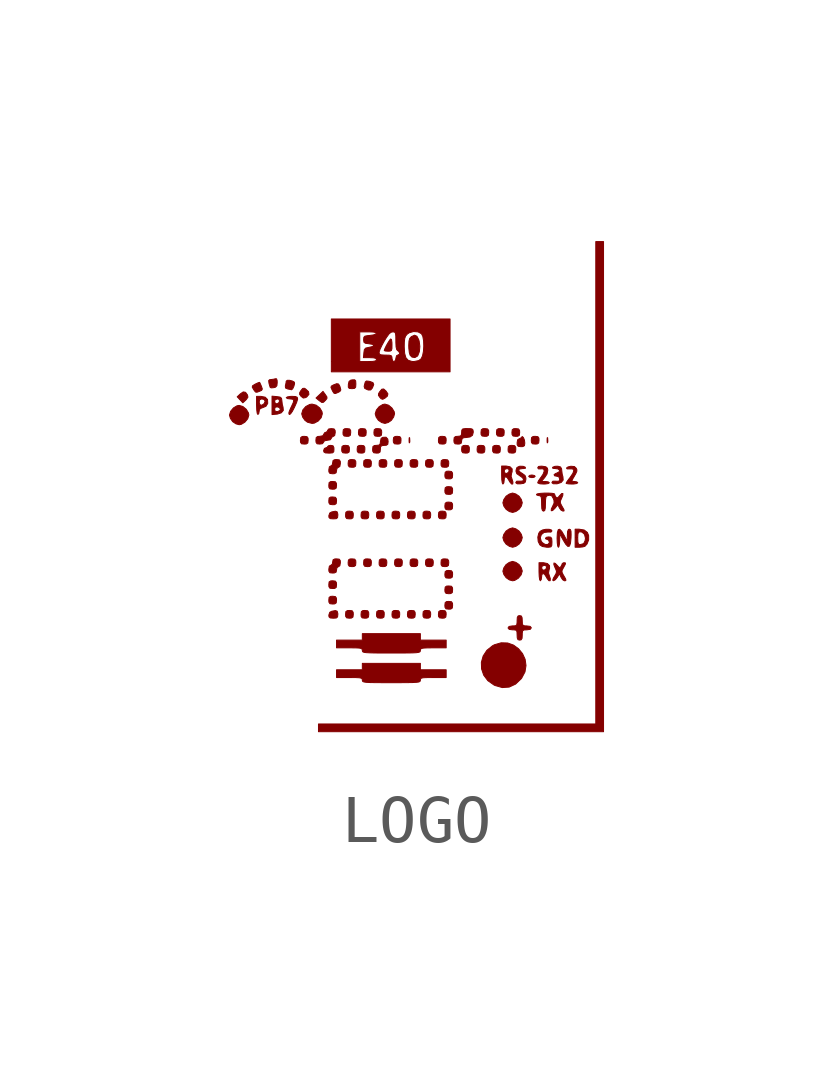
<source format=kicad_sym>
(kicad_symbol_lib
  (version 20220914)
  (generator bitmap2component)
  (symbol "LOGO"
    (pin_names
      (offset 1.016))
    (property "Reference" "#G"
      (at 0 4.52 0)
      (effects (font (size 1.27 1.27)) hide))
    (symbol "LOGO_0_0"
      (polyline (pts (xy 3.813 0.027) (xy 3.813 5.128) (xy 3.732 5.128) (xy 3.652 5.128) (xy 3.652 0.107) (xy 3.652 -4.914) (xy 0.765 -4.914) (xy -2.121 -4.914) (xy -2.121 -4.994) (xy -2.121 -5.075) (xy 0.846 -5.075) (xy 3.813 -5.075) (xy 3.813 0.027)) (stroke (width 0.01) (type default)) (fill (type outline)))
      (polyline (pts (xy 1.849 -4.146) (xy 1.982 -4.084) (xy 2.1 -3.972) (xy 2.11 -3.958) (xy 2.178 -3.83) (xy 2.199 -3.697) (xy 2.181 -3.568) (xy 2.127 -3.45) (xy 2.045 -3.349) (xy 1.94 -3.272) (xy 1.817 -3.228) (xy 1.682 -3.224) (xy 1.541 -3.265) (xy 1.502 -3.286) (xy 1.384 -3.381) (xy 1.307 -3.499) (xy 1.27 -3.631) (xy 1.274 -3.767) (xy 1.318 -3.897) (xy 1.404 -4.012) (xy 1.53 -4.101) (xy 1.554 -4.113) (xy 1.705 -4.156) (xy 1.849 -4.146)) (stroke (width 0.01) (type default)) (fill (type outline)))
      (polyline (pts (xy -0.415 -4.054) (xy -0.265 -4.053) (xy -0.157 -4.051) (xy -0.083 -4.047) (xy -0.037 -4.041) (xy -0.012 -4.031) (xy -0.002 -4.018) (xy 0 -4.001) (xy 0 -3.998) (xy 0.005 -3.974) (xy 0.024 -3.959) (xy 0.068 -3.951) (xy 0.146 -3.948) (xy 0.269 -3.947) (xy 0.537 -3.947) (xy 0.537 -3.866) (xy 0.537 -3.786) (xy 0.269 -3.786) (xy 0 -3.786) (xy 0 -3.719) (xy 0 -3.652) (xy -0.604 -3.652) (xy -1.208 -3.652) (xy -1.208 -3.719) (xy -1.208 -3.786) (xy -1.477 -3.786) (xy -1.745 -3.786) (xy -1.745 -3.866) (xy -1.745 -3.947) (xy -1.477 -3.947) (xy -1.462 -3.947) (xy -1.345 -3.948) (xy -1.271 -3.952) (xy -1.23 -3.961) (xy -1.212 -3.976) (xy -1.208 -4.001) (xy -1.206 -4.018) (xy -1.197 -4.031) (xy -1.172 -4.04) (xy -1.127 -4.047) (xy -1.054 -4.051) (xy -0.947 -4.053) (xy -0.799 -4.054) (xy -0.604 -4.054) (xy -0.415 -4.054)) (stroke (width 0.01) (type default)) (fill (type outline)))
      (polyline (pts (xy -0.415 -3.437) (xy -0.265 -3.436) (xy -0.157 -3.434) (xy -0.083 -3.43) (xy -0.037 -3.423) (xy -0.012 -3.414) (xy -0.002 -3.4) (xy 0 -3.383) (xy 0 -3.38) (xy 0.005 -3.357) (xy 0.024 -3.342) (xy 0.068 -3.334) (xy 0.146 -3.33) (xy 0.269 -3.329) (xy 0.537 -3.329) (xy 0.537 -3.249) (xy 0.537 -3.168) (xy 0.269 -3.168) (xy 0 -3.168) (xy 0 -3.101) (xy 0 -3.034) (xy -0.604 -3.034) (xy -1.208 -3.034) (xy -1.208 -3.101) (xy -1.208 -3.168) (xy -1.477 -3.168) (xy -1.745 -3.168) (xy -1.745 -3.249) (xy -1.745 -3.329) (xy -1.477 -3.329) (xy -1.462 -3.329) (xy -1.345 -3.33) (xy -1.271 -3.334) (xy -1.23 -3.343) (xy -1.212 -3.359) (xy -1.208 -3.383) (xy -1.206 -3.4) (xy -1.197 -3.413) (xy -1.172 -3.423) (xy -1.127 -3.429) (xy -1.054 -3.433) (xy -0.947 -3.436) (xy -0.799 -3.437) (xy -0.604 -3.437) (xy -0.415 -3.437)) (stroke (width 0.01) (type default)) (fill (type outline)))
      (polyline (pts (xy 2.098 -3.162) (xy 2.117 -3.131) (xy 2.121 -3.061) (xy 2.121 -3.029) (xy 2.128 -2.977) (xy 2.155 -2.957) (xy 2.215 -2.954) (xy 2.224 -2.953) (xy 2.289 -2.943) (xy 2.309 -2.913) (xy 2.309 -2.91) (xy 2.285 -2.882) (xy 2.215 -2.873) (xy 2.187 -2.873) (xy 2.142 -2.865) (xy 2.124 -2.834) (xy 2.121 -2.766) (xy 2.118 -2.704) (xy 2.103 -2.667) (xy 2.067 -2.658) (xy 2.036 -2.664) (xy 2.018 -2.695) (xy 2.014 -2.766) (xy 2.014 -2.797) (xy 2.007 -2.85) (xy 1.98 -2.87) (xy 1.92 -2.873) (xy 1.911 -2.873) (xy 1.846 -2.884) (xy 1.826 -2.913) (xy 1.826 -2.917) (xy 1.85 -2.945) (xy 1.92 -2.954) (xy 1.948 -2.954) (xy 1.993 -2.962) (xy 2.011 -2.992) (xy 2.014 -3.061) (xy 2.017 -3.123) (xy 2.032 -3.159) (xy 2.067 -3.168) (xy 2.098 -3.162)) (stroke (width 0.01) (type default)) (fill (type outline)))
      (polyline (pts (xy -1.75 -2.708) (xy -1.724 -2.685) (xy -1.718 -2.631) (xy -1.719 -2.611) (xy -1.732 -2.566) (xy -1.77 -2.553) (xy -1.846 -2.568) (xy -1.886 -2.589) (xy -1.906 -2.648) (xy -1.902 -2.684) (xy -1.876 -2.707) (xy -1.812 -2.712) (xy -1.75 -2.708)) (stroke (width 0.01) (type default)) (fill (type outline)))
      (polyline (pts (xy -1.434 -2.709) (xy -1.403 -2.688) (xy -1.396 -2.631) (xy -1.399 -2.589) (xy -1.42 -2.557) (xy -1.477 -2.551) (xy -1.519 -2.553) (xy -1.551 -2.574) (xy -1.557 -2.631) (xy -1.555 -2.674) (xy -1.534 -2.705) (xy -1.477 -2.712) (xy -1.434 -2.709)) (stroke (width 0.01) (type default)) (fill (type outline)))
      (polyline (pts (xy -1.112 -2.709) (xy -1.081 -2.688) (xy -1.074 -2.631) (xy -1.077 -2.589) (xy -1.097 -2.557) (xy -1.155 -2.551) (xy -1.197 -2.553) (xy -1.228 -2.574) (xy -1.235 -2.631) (xy -1.233 -2.674) (xy -1.212 -2.705) (xy -1.155 -2.712) (xy -1.112 -2.709)) (stroke (width 0.01) (type default)) (fill (type outline)))
      (polyline (pts (xy -0.79 -2.709) (xy -0.758 -2.688) (xy -0.752 -2.631) (xy -0.754 -2.589) (xy -0.775 -2.557) (xy -0.832 -2.551) (xy -0.875 -2.553) (xy -0.906 -2.574) (xy -0.913 -2.631) (xy -0.91 -2.674) (xy -0.889 -2.705) (xy -0.832 -2.712) (xy -0.79 -2.709)) (stroke (width 0.01) (type default)) (fill (type outline)))
      (polyline (pts (xy -0.468 -2.709) (xy -0.436 -2.688) (xy -0.43 -2.631) (xy -0.432 -2.589) (xy -0.453 -2.557) (xy -0.51 -2.551) (xy -0.553 -2.553) (xy -0.584 -2.574) (xy -0.591 -2.631) (xy -0.588 -2.674) (xy -0.567 -2.705) (xy -0.51 -2.712) (xy -0.468 -2.709)) (stroke (width 0.01) (type default)) (fill (type outline)))
      (polyline (pts (xy -0.145 -2.709) (xy -0.114 -2.688) (xy -0.107 -2.631) (xy -0.11 -2.589) (xy -0.131 -2.557) (xy -0.188 -2.551) (xy -0.231 -2.553) (xy -0.262 -2.574) (xy -0.269 -2.631) (xy -0.266 -2.674) (xy -0.245 -2.705) (xy -0.188 -2.712) (xy -0.145 -2.709)) (stroke (width 0.01) (type default)) (fill (type outline)))
      (polyline (pts (xy 0.177 -2.709) (xy 0.208 -2.688) (xy 0.215 -2.631) (xy 0.212 -2.589) (xy 0.191 -2.557) (xy 0.134 -2.551) (xy 0.092 -2.553) (xy 0.06 -2.574) (xy 0.054 -2.631) (xy 0.056 -2.674) (xy 0.077 -2.705) (xy 0.134 -2.712) (xy 0.177 -2.709)) (stroke (width 0.01) (type default)) (fill (type outline)))
      (polyline (pts (xy 0.499 -2.709) (xy 0.53 -2.688) (xy 0.537 -2.631) (xy 0.534 -2.589) (xy 0.513 -2.557) (xy 0.456 -2.551) (xy 0.414 -2.553) (xy 0.383 -2.574) (xy 0.376 -2.631) (xy 0.378 -2.674) (xy 0.399 -2.705) (xy 0.456 -2.712) (xy 0.499 -2.709)) (stroke (width 0.01) (type default)) (fill (type outline)))
      (polyline (pts (xy 0.633 -2.522) (xy 0.665 -2.5) (xy 0.671 -2.443) (xy 0.669 -2.401) (xy 0.648 -2.369) (xy 0.591 -2.363) (xy 0.548 -2.365) (xy 0.517 -2.386) (xy 0.51 -2.443) (xy 0.513 -2.486) (xy 0.534 -2.517) (xy 0.591 -2.524) (xy 0.633 -2.522)) (stroke (width 0.01) (type default)) (fill (type outline)))
      (polyline (pts (xy -1.783 -2.414) (xy -1.752 -2.393) (xy -1.745 -2.336) (xy -1.748 -2.293) (xy -1.769 -2.262) (xy -1.826 -2.255) (xy -1.868 -2.258) (xy -1.9 -2.279) (xy -1.906 -2.336) (xy -1.904 -2.378) (xy -1.883 -2.41) (xy -1.826 -2.417) (xy -1.783 -2.414)) (stroke (width 0.01) (type default)) (fill (type outline)))
      (polyline (pts (xy 0.633 -2.199) (xy 0.665 -2.178) (xy 0.671 -2.121) (xy 0.669 -2.079) (xy 0.648 -2.047) (xy 0.591 -2.041) (xy 0.548 -2.043) (xy 0.517 -2.064) (xy 0.51 -2.121) (xy 0.513 -2.164) (xy 0.534 -2.195) (xy 0.591 -2.202) (xy 0.633 -2.199)) (stroke (width 0.01) (type default)) (fill (type outline)))
      (polyline (pts (xy -1.783 -2.092) (xy -1.752 -2.071) (xy -1.745 -2.014) (xy -1.748 -1.971) (xy -1.769 -1.94) (xy -1.826 -1.933) (xy -1.868 -1.936) (xy -1.9 -1.957) (xy -1.906 -2.014) (xy -1.904 -2.056) (xy -1.883 -2.088) (xy -1.826 -2.094) (xy -1.783 -2.092)) (stroke (width 0.01) (type default)) (fill (type outline)))
      (polyline (pts (xy 1.964 -1.925) (xy 2.039 -1.88) (xy 2.098 -1.809) (xy 2.121 -1.732) (xy 2.121 -1.729) (xy 2.101 -1.662) (xy 2.055 -1.596) (xy 2.053 -1.594) (xy 1.987 -1.549) (xy 1.92 -1.53) (xy 1.917 -1.53) (xy 1.85 -1.551) (xy 1.784 -1.596) (xy 1.782 -1.599) (xy 1.737 -1.665) (xy 1.718 -1.732) (xy 1.718 -1.734) (xy 1.738 -1.802) (xy 1.784 -1.867) (xy 1.787 -1.87) (xy 1.853 -1.915) (xy 1.92 -1.933) (xy 1.964 -1.925)) (stroke (width 0.01) (type default)) (fill (type outline)))
      (polyline (pts (xy 2.516 -1.908) (xy 2.524 -1.85) (xy 2.528 -1.809) (xy 2.55 -1.779) (xy 2.585 -1.797) (xy 2.626 -1.861) (xy 2.64 -1.888) (xy 2.677 -1.932) (xy 2.702 -1.931) (xy 2.706 -1.891) (xy 2.682 -1.817) (xy 2.668 -1.772) (xy 2.68 -1.701) (xy 2.689 -1.681) (xy 2.689 -1.618) (xy 2.645 -1.574) (xy 2.563 -1.557) (xy 2.47 -1.557) (xy 2.47 -1.667) (xy 2.524 -1.667) (xy 2.534 -1.629) (xy 2.579 -1.611) (xy 2.616 -1.619) (xy 2.626 -1.658) (xy 2.614 -1.688) (xy 2.578 -1.713) (xy 2.541 -1.706) (xy 2.524 -1.667) (xy 2.47 -1.667) (xy 2.47 -1.745) (xy 2.47 -1.746) (xy 2.474 -1.842) (xy 2.483 -1.908) (xy 2.497 -1.933) (xy 2.498 -1.933) (xy 2.516 -1.908)) (stroke (width 0.01) (type default)) (fill (type outline)))
      (polyline (pts (xy 2.81 -1.911) (xy 2.851 -1.86) (xy 2.896 -1.787) (xy 2.929 -1.86) (xy 2.962 -1.911) (xy 2.998 -1.933) (xy 3.015 -1.933) (xy 3.031 -1.922) (xy 3.021 -1.889) (xy 2.983 -1.824) (xy 2.968 -1.798) (xy 2.947 -1.751) (xy 2.952 -1.71) (xy 2.986 -1.648) (xy 2.986 -1.648) (xy 3.017 -1.59) (xy 3.021 -1.563) (xy 2.996 -1.557) (xy 2.975 -1.56) (xy 2.953 -1.577) (xy 2.949 -1.593) (xy 2.926 -1.638) (xy 2.911 -1.655) (xy 2.886 -1.654) (xy 2.848 -1.611) (xy 2.809 -1.571) (xy 2.781 -1.563) (xy 2.779 -1.596) (xy 2.805 -1.663) (xy 2.814 -1.682) (xy 2.834 -1.733) (xy 2.827 -1.778) (xy 2.792 -1.841) (xy 2.771 -1.875) (xy 2.755 -1.92) (xy 2.771 -1.933) (xy 2.771 -1.933) (xy 2.81 -1.911)) (stroke (width 0.01) (type default)) (fill (type outline)))
      (polyline (pts (xy 0.633 -1.877) (xy 0.665 -1.856) (xy 0.671 -1.799) (xy 0.669 -1.756) (xy 0.648 -1.725) (xy 0.591 -1.718) (xy 0.548 -1.721) (xy 0.517 -1.742) (xy 0.51 -1.799) (xy 0.513 -1.841) (xy 0.534 -1.873) (xy 0.591 -1.879) (xy 0.633 -1.877)) (stroke (width 0.01) (type default)) (fill (type outline)))
      (polyline (pts (xy -1.791 -1.77) (xy -1.754 -1.753) (xy -1.745 -1.705) (xy -1.737 -1.661) (xy -1.705 -1.638) (xy -1.677 -1.621) (xy -1.665 -1.557) (xy -1.667 -1.515) (xy -1.688 -1.483) (xy -1.745 -1.477) (xy -1.78 -1.478) (xy -1.817 -1.496) (xy -1.826 -1.544) (xy -1.834 -1.588) (xy -1.866 -1.611) (xy -1.894 -1.628) (xy -1.906 -1.692) (xy -1.904 -1.734) (xy -1.883 -1.766) (xy -1.826 -1.772) (xy -1.791 -1.77)) (stroke (width 0.01) (type default)) (fill (type outline)))
      (polyline (pts (xy -1.381 -1.635) (xy -1.349 -1.614) (xy -1.343 -1.557) (xy -1.345 -1.515) (xy -1.366 -1.483) (xy -1.423 -1.477) (xy -1.466 -1.479) (xy -1.497 -1.5) (xy -1.504 -1.557) (xy -1.501 -1.6) (xy -1.48 -1.631) (xy -1.423 -1.638) (xy -1.381 -1.635)) (stroke (width 0.01) (type default)) (fill (type outline)))
      (polyline (pts (xy -1.058 -1.635) (xy -1.027 -1.614) (xy -1.02 -1.557) (xy -1.023 -1.515) (xy -1.044 -1.483) (xy -1.101 -1.477) (xy -1.143 -1.479) (xy -1.175 -1.5) (xy -1.181 -1.557) (xy -1.179 -1.6) (xy -1.158 -1.631) (xy -1.101 -1.638) (xy -1.058 -1.635)) (stroke (width 0.01) (type default)) (fill (type outline)))
      (polyline (pts (xy -0.736 -1.635) (xy -0.705 -1.614) (xy -0.698 -1.557) (xy -0.701 -1.515) (xy -0.722 -1.483) (xy -0.779 -1.477) (xy -0.821 -1.479) (xy -0.853 -1.5) (xy -0.859 -1.557) (xy -0.857 -1.6) (xy -0.836 -1.631) (xy -0.779 -1.638) (xy -0.736 -1.635)) (stroke (width 0.01) (type default)) (fill (type outline)))
      (polyline (pts (xy -0.414 -1.635) (xy -0.383 -1.614) (xy -0.376 -1.557) (xy -0.378 -1.515) (xy -0.399 -1.483) (xy -0.457 -1.477) (xy -0.499 -1.479) (xy -0.53 -1.5) (xy -0.537 -1.557) (xy -0.534 -1.6) (xy -0.513 -1.631) (xy -0.457 -1.638) (xy -0.414 -1.635)) (stroke (width 0.01) (type default)) (fill (type outline)))
      (polyline (pts (xy -0.092 -1.635) (xy -0.06 -1.614) (xy -0.054 -1.557) (xy -0.056 -1.515) (xy -0.077 -1.483) (xy -0.134 -1.477) (xy -0.177 -1.479) (xy -0.208 -1.5) (xy -0.215 -1.557) (xy -0.212 -1.6) (xy -0.191 -1.631) (xy -0.134 -1.638) (xy -0.092 -1.635)) (stroke (width 0.01) (type default)) (fill (type outline)))
      (polyline (pts (xy 0.23 -1.635) (xy 0.262 -1.614) (xy 0.269 -1.557) (xy 0.266 -1.515) (xy 0.245 -1.483) (xy 0.188 -1.477) (xy 0.145 -1.479) (xy 0.114 -1.5) (xy 0.107 -1.557) (xy 0.11 -1.6) (xy 0.131 -1.631) (xy 0.188 -1.638) (xy 0.23 -1.635)) (stroke (width 0.01) (type default)) (fill (type outline)))
      (polyline (pts (xy 0.553 -1.635) (xy 0.584 -1.614) (xy 0.591 -1.557) (xy 0.588 -1.515) (xy 0.567 -1.483) (xy 0.51 -1.477) (xy 0.468 -1.479) (xy 0.436 -1.5) (xy 0.43 -1.557) (xy 0.432 -1.6) (xy 0.453 -1.631) (xy 0.51 -1.638) (xy 0.553 -1.635)) (stroke (width 0.01) (type default)) (fill (type outline)))
      (polyline (pts (xy 1.99 -1.215) (xy 2.055 -1.169) (xy 2.058 -1.167) (xy 2.103 -1.101) (xy 2.121 -1.034) (xy 2.121 -1.031) (xy 2.101 -0.964) (xy 2.055 -0.898) (xy 2.053 -0.896) (xy 1.987 -0.851) (xy 1.92 -0.832) (xy 1.917 -0.832) (xy 1.85 -0.853) (xy 1.784 -0.898) (xy 1.782 -0.901) (xy 1.737 -0.967) (xy 1.718 -1.034) (xy 1.718 -1.036) (xy 1.738 -1.104) (xy 1.784 -1.169) (xy 1.787 -1.171) (xy 1.853 -1.216) (xy 1.92 -1.235) (xy 1.922 -1.235) (xy 1.99 -1.215)) (stroke (width 0.01) (type default)) (fill (type outline)))
      (polyline (pts (xy 2.67 -1.235) (xy 2.718 -1.227) (xy 2.736 -1.196) (xy 2.739 -1.128) (xy 2.739 -1.118) (xy 2.734 -1.054) (xy 2.715 -1.026) (xy 2.671 -1.02) (xy 2.627 -1.027) (xy 2.604 -1.047) (xy 2.609 -1.06) (xy 2.645 -1.074) (xy 2.668 -1.084) (xy 2.685 -1.128) (xy 2.682 -1.148) (xy 2.65 -1.178) (xy 2.596 -1.176) (xy 2.539 -1.139) (xy 2.515 -1.108) (xy 2.497 -1.037) (xy 2.519 -0.972) (xy 2.574 -0.927) (xy 2.654 -0.918) (xy 2.655 -0.918) (xy 2.719 -0.919) (xy 2.739 -0.895) (xy 2.728 -0.876) (xy 2.681 -0.861) (xy 2.614 -0.861) (xy 2.545 -0.875) (xy 2.492 -0.904) (xy 2.465 -0.943) (xy 2.445 -1.025) (xy 2.453 -1.115) (xy 2.488 -1.186) (xy 2.539 -1.219) (xy 2.635 -1.235) (xy 2.67 -1.235)) (stroke (width 0.01) (type default)) (fill (type outline)))
      (polyline (pts (xy 2.883 -1.224) (xy 2.895 -1.173) (xy 2.9 -1.094) (xy 2.901 -0.953) (xy 2.974 -1.087) (xy 3.027 -1.173) (xy 3.071 -1.218) (xy 3.104 -1.211) (xy 3.125 -1.152) (xy 3.136 -1.04) (xy 3.138 -0.974) (xy 3.136 -0.903) (xy 3.124 -0.868) (xy 3.102 -0.859) (xy 3.082 -0.866) (xy 3.065 -0.905) (xy 3.06 -0.987) (xy 3.058 -1.114) (xy 2.992 -0.987) (xy 2.942 -0.902) (xy 2.9 -0.86) (xy 2.87 -0.87) (xy 2.852 -0.933) (xy 2.846 -1.047) (xy 2.846 -1.047) (xy 2.85 -1.144) (xy 2.859 -1.21) (xy 2.873 -1.235) (xy 2.883 -1.224)) (stroke (width 0.01) (type default)) (fill (type outline)))
      (polyline (pts (xy 3.309 -1.235) (xy 3.31 -1.235) (xy 3.38 -1.228) (xy 3.426 -1.215) (xy 3.47 -1.167) (xy 3.503 -1.082) (xy 3.503 -0.992) (xy 3.477 -0.927) (xy 3.41 -0.876) (xy 3.304 -0.859) (xy 3.222 -0.859) (xy 3.222 -1.032) (xy 3.276 -1.032) (xy 3.28 -0.957) (xy 3.295 -0.922) (xy 3.324 -0.913) (xy 3.365 -0.92) (xy 3.417 -0.966) (xy 3.437 -1.047) (xy 3.429 -1.099) (xy 3.405 -1.149) (xy 3.384 -1.164) (xy 3.324 -1.181) (xy 3.318 -1.181) (xy 3.292 -1.169) (xy 3.279 -1.129) (xy 3.276 -1.047) (xy 3.276 -1.032) (xy 3.222 -1.032) (xy 3.222 -1.047) (xy 3.222 -1.235) (xy 3.309 -1.235)) (stroke (width 0.01) (type default)) (fill (type outline)))
      (polyline (pts (xy -1.75 -0.64) (xy -1.724 -0.618) (xy -1.718 -0.564) (xy -1.719 -0.544) (xy -1.732 -0.498) (xy -1.77 -0.485) (xy -1.846 -0.5) (xy -1.886 -0.522) (xy -1.906 -0.58) (xy -1.902 -0.617) (xy -1.876 -0.639) (xy -1.812 -0.644) (xy -1.75 -0.64)) (stroke (width 0.01) (type default)) (fill (type outline)))
      (polyline (pts (xy -1.434 -0.642) (xy -1.403 -0.621) (xy -1.396 -0.564) (xy -1.399 -0.521) (xy -1.42 -0.49) (xy -1.477 -0.483) (xy -1.519 -0.486) (xy -1.551 -0.507) (xy -1.557 -0.564) (xy -1.555 -0.606) (xy -1.534 -0.638) (xy -1.477 -0.644) (xy -1.434 -0.642)) (stroke (width 0.01) (type default)) (fill (type outline)))
      (polyline (pts (xy -1.112 -0.642) (xy -1.081 -0.621) (xy -1.074 -0.564) (xy -1.077 -0.521) (xy -1.097 -0.49) (xy -1.155 -0.483) (xy -1.197 -0.486) (xy -1.228 -0.507) (xy -1.235 -0.564) (xy -1.233 -0.606) (xy -1.212 -0.638) (xy -1.155 -0.644) (xy -1.112 -0.642)) (stroke (width 0.01) (type default)) (fill (type outline)))
      (polyline (pts (xy -0.79 -0.642) (xy -0.758 -0.621) (xy -0.752 -0.564) (xy -0.754 -0.521) (xy -0.775 -0.49) (xy -0.832 -0.483) (xy -0.875 -0.486) (xy -0.906 -0.507) (xy -0.913 -0.564) (xy -0.91 -0.606) (xy -0.889 -0.638) (xy -0.832 -0.644) (xy -0.79 -0.642)) (stroke (width 0.01) (type default)) (fill (type outline)))
      (polyline (pts (xy -0.468 -0.642) (xy -0.436 -0.621) (xy -0.43 -0.564) (xy -0.432 -0.521) (xy -0.453 -0.49) (xy -0.51 -0.483) (xy -0.553 -0.486) (xy -0.584 -0.507) (xy -0.591 -0.564) (xy -0.588 -0.606) (xy -0.567 -0.638) (xy -0.51 -0.644) (xy -0.468 -0.642)) (stroke (width 0.01) (type default)) (fill (type outline)))
      (polyline (pts (xy -0.145 -0.642) (xy -0.114 -0.621) (xy -0.107 -0.564) (xy -0.11 -0.521) (xy -0.131 -0.49) (xy -0.188 -0.483) (xy -0.231 -0.486) (xy -0.262 -0.507) (xy -0.269 -0.564) (xy -0.266 -0.606) (xy -0.245 -0.638) (xy -0.188 -0.644) (xy -0.145 -0.642)) (stroke (width 0.01) (type default)) (fill (type outline)))
      (polyline (pts (xy 0.177 -0.642) (xy 0.208 -0.621) (xy 0.215 -0.564) (xy 0.212 -0.521) (xy 0.191 -0.49) (xy 0.134 -0.483) (xy 0.092 -0.486) (xy 0.06 -0.507) (xy 0.054 -0.564) (xy 0.056 -0.606) (xy 0.077 -0.638) (xy 0.134 -0.644) (xy 0.177 -0.642)) (stroke (width 0.01) (type default)) (fill (type outline)))
      (polyline (pts (xy 0.499 -0.642) (xy 0.53 -0.621) (xy 0.537 -0.564) (xy 0.534 -0.521) (xy 0.513 -0.49) (xy 0.456 -0.483) (xy 0.414 -0.486) (xy 0.383 -0.507) (xy 0.376 -0.564) (xy 0.378 -0.606) (xy 0.399 -0.638) (xy 0.456 -0.644) (xy 0.499 -0.642)) (stroke (width 0.01) (type default)) (fill (type outline)))
      (polyline (pts (xy 1.922 -0.51) (xy 1.99 -0.49) (xy 2.055 -0.444) (xy 2.058 -0.442) (xy 2.103 -0.376) (xy 2.121 -0.309) (xy 2.121 -0.306) (xy 2.101 -0.239) (xy 2.055 -0.173) (xy 2.053 -0.171) (xy 1.987 -0.126) (xy 1.92 -0.107) (xy 1.917 -0.107) (xy 1.85 -0.128) (xy 1.784 -0.173) (xy 1.782 -0.176) (xy 1.737 -0.242) (xy 1.718 -0.309) (xy 1.718 -0.311) (xy 1.738 -0.379) (xy 1.784 -0.444) (xy 1.787 -0.447) (xy 1.853 -0.492) (xy 1.92 -0.51) (xy 1.922 -0.51)) (stroke (width 0.01) (type default)) (fill (type outline)))
      (polyline (pts (xy 2.992 -0.477) (xy 2.988 -0.45) (xy 2.954 -0.391) (xy 2.942 -0.371) (xy 2.915 -0.315) (xy 2.915 -0.272) (xy 2.941 -0.214) (xy 2.965 -0.156) (xy 2.967 -0.116) (xy 2.943 -0.116) (xy 2.898 -0.162) (xy 2.872 -0.193) (xy 2.843 -0.21) (xy 2.82 -0.188) (xy 2.806 -0.165) (xy 2.793 -0.128) (xy 2.787 -0.121) (xy 2.742 -0.112) (xy 2.669 -0.108) (xy 2.583 -0.108) (xy 2.502 -0.113) (xy 2.441 -0.122) (xy 2.417 -0.134) (xy 2.426 -0.15) (xy 2.47 -0.161) (xy 2.494 -0.164) (xy 2.513 -0.184) (xy 2.522 -0.232) (xy 2.524 -0.322) (xy 2.524 -0.342) (xy 2.528 -0.427) (xy 2.541 -0.471) (xy 2.564 -0.483) (xy 2.568 -0.483) (xy 2.59 -0.467) (xy 2.601 -0.418) (xy 2.604 -0.325) (xy 2.606 -0.246) (xy 2.614 -0.192) (xy 2.633 -0.166) (xy 2.67 -0.155) (xy 2.693 -0.152) (xy 2.736 -0.166) (xy 2.768 -0.221) (xy 2.781 -0.258) (xy 2.784 -0.315) (xy 2.754 -0.38) (xy 2.726 -0.438) (xy 2.725 -0.475) (xy 2.753 -0.471) (xy 2.803 -0.422) (xy 2.863 -0.347) (xy 2.894 -0.415) (xy 2.927 -0.461) (xy 2.969 -0.483) (xy 2.992 -0.477)) (stroke (width 0.01) (type default)) (fill (type outline)))
      (polyline (pts (xy 0.633 -0.454) (xy 0.665 -0.433) (xy 0.671 -0.376) (xy 0.669 -0.333) (xy 0.648 -0.302) (xy 0.591 -0.295) (xy 0.548 -0.298) (xy 0.517 -0.319) (xy 0.51 -0.376) (xy 0.513 -0.418) (xy 0.534 -0.45) (xy 0.591 -0.457) (xy 0.633 -0.454)) (stroke (width 0.01) (type default)) (fill (type outline)))
      (polyline (pts (xy -1.783 -0.347) (xy -1.752 -0.326) (xy -1.745 -0.269) (xy -1.748 -0.226) (xy -1.769 -0.195) (xy -1.826 -0.188) (xy -1.868 -0.19) (xy -1.9 -0.211) (xy -1.906 -0.269) (xy -1.904 -0.311) (xy -1.883 -0.342) (xy -1.826 -0.349) (xy -1.783 -0.347)) (stroke (width 0.01) (type default)) (fill (type outline)))
      (polyline (pts (xy 0.633 -0.132) (xy 0.665 -0.111) (xy 0.671 -0.054) (xy 0.669 -0.011) (xy 0.648 0.02) (xy 0.591 0.027) (xy 0.548 0.024) (xy 0.517 0.003) (xy 0.51 -0.054) (xy 0.513 -0.096) (xy 0.534 -0.128) (xy 0.591 -0.134) (xy 0.633 -0.132)) (stroke (width 0.01) (type default)) (fill (type outline)))
      (polyline (pts (xy -1.783 -0.024) (xy -1.752 -0.003) (xy -1.745 0.054) (xy -1.748 0.096) (xy -1.769 0.128) (xy -1.826 0.134) (xy -1.868 0.132) (xy -1.9 0.111) (xy -1.906 0.054) (xy -1.904 0.011) (xy -1.883 -0.02) (xy -1.826 -0.027) (xy -1.783 -0.024)) (stroke (width 0.01) (type default)) (fill (type outline)))
      (polyline (pts (xy 1.719 0.081) (xy 1.738 0.106) (xy 1.745 0.163) (xy 1.749 0.205) (xy 1.771 0.234) (xy 1.806 0.217) (xy 1.847 0.152) (xy 1.861 0.126) (xy 1.899 0.081) (xy 1.923 0.082) (xy 1.927 0.123) (xy 1.904 0.197) (xy 1.889 0.241) (xy 1.901 0.313) (xy 1.91 0.333) (xy 1.911 0.396) (xy 1.867 0.44) (xy 1.784 0.456) (xy 1.692 0.456) (xy 1.692 0.347) (xy 1.745 0.347) (xy 1.755 0.385) (xy 1.801 0.403) (xy 1.838 0.394) (xy 1.848 0.356) (xy 1.835 0.326) (xy 1.799 0.301) (xy 1.762 0.307) (xy 1.745 0.347) (xy 1.692 0.347) (xy 1.692 0.269) (xy 1.692 0.268) (xy 1.695 0.172) (xy 1.705 0.105) (xy 1.718 0.081) (xy 1.719 0.081)) (stroke (width 0.01) (type default)) (fill (type outline)))
      (polyline (pts (xy 2.153 0.096) (xy 2.184 0.121) (xy 2.196 0.174) (xy 2.197 0.207) (xy 2.179 0.259) (xy 2.122 0.301) (xy 2.079 0.328) (xy 2.045 0.367) (xy 2.061 0.393) (xy 2.127 0.403) (xy 2.146 0.403) (xy 2.189 0.411) (xy 2.183 0.432) (xy 2.143 0.449) (xy 2.077 0.452) (xy 2.06 0.449) (xy 2.011 0.426) (xy 1.992 0.371) (xy 1.991 0.344) (xy 2.008 0.296) (xy 2.066 0.256) (xy 2.066 0.256) (xy 2.128 0.211) (xy 2.149 0.17) (xy 2.129 0.143) (xy 2.067 0.14) (xy 2.067 0.14) (xy 2.006 0.14) (xy 1.987 0.115) (xy 1.988 0.106) (xy 2.016 0.086) (xy 2.088 0.086) (xy 2.153 0.096)) (stroke (width 0.01) (type default)) (fill (type outline)))
      (polyline (pts (xy 2.6 0.082) (xy 2.661 0.091) (xy 2.685 0.107) (xy 2.685 0.108) (xy 2.66 0.127) (xy 2.602 0.134) (xy 2.519 0.134) (xy 2.59 0.218) (xy 2.637 0.29) (xy 2.653 0.373) (xy 2.643 0.413) (xy 2.612 0.44) (xy 2.544 0.451) (xy 2.517 0.453) (xy 2.46 0.447) (xy 2.443 0.421) (xy 2.457 0.397) (xy 2.51 0.396) (xy 2.526 0.399) (xy 2.567 0.393) (xy 2.578 0.354) (xy 2.577 0.346) (xy 2.555 0.286) (xy 2.51 0.22) (xy 2.499 0.206) (xy 2.459 0.148) (xy 2.443 0.11) (xy 2.447 0.102) (xy 2.488 0.086) (xy 2.564 0.081) (xy 2.6 0.082)) (stroke (width 0.01) (type default)) (fill (type outline)))
      (polyline (pts (xy 2.849 0.087) (xy 2.932 0.114) (xy 2.973 0.164) (xy 2.968 0.231) (xy 2.953 0.286) (xy 2.943 0.362) (xy 2.94 0.396) (xy 2.919 0.436) (xy 2.863 0.452) (xy 2.803 0.45) (xy 2.757 0.432) (xy 2.751 0.425) (xy 2.758 0.408) (xy 2.814 0.403) (xy 2.864 0.396) (xy 2.899 0.369) (xy 2.889 0.335) (xy 2.833 0.306) (xy 2.821 0.303) (xy 2.784 0.278) (xy 2.793 0.253) (xy 2.848 0.242) (xy 2.882 0.232) (xy 2.9 0.185) (xy 2.898 0.16) (xy 2.876 0.138) (xy 2.819 0.14) (xy 2.819 0.14) (xy 2.758 0.14) (xy 2.739 0.115) (xy 2.74 0.107) (xy 2.766 0.087) (xy 2.837 0.086) (xy 2.849 0.087)) (stroke (width 0.01) (type default)) (fill (type outline)))
      (polyline (pts (xy 3.191 0.082) (xy 3.252 0.091) (xy 3.276 0.107) (xy 3.259 0.125) (xy 3.208 0.134) (xy 3.174 0.135) (xy 3.154 0.149) (xy 3.174 0.191) (xy 3.193 0.223) (xy 3.236 0.298) (xy 3.257 0.346) (xy 3.258 0.378) (xy 3.245 0.409) (xy 3.207 0.445) (xy 3.135 0.451) (xy 3.134 0.451) (xy 3.073 0.437) (xy 3.042 0.414) (xy 3.056 0.396) (xy 3.114 0.397) (xy 3.17 0.396) (xy 3.195 0.366) (xy 3.176 0.305) (xy 3.115 0.215) (xy 3.088 0.181) (xy 3.049 0.126) (xy 3.034 0.097) (xy 3.039 0.092) (xy 3.083 0.084) (xy 3.155 0.081) (xy 3.191 0.082)) (stroke (width 0.01) (type default)) (fill (type outline)))
      (polyline (pts (xy 0.633 0.19) (xy 0.665 0.211) (xy 0.671 0.269) (xy 0.669 0.311) (xy 0.648 0.342) (xy 0.591 0.349) (xy 0.548 0.347) (xy 0.517 0.326) (xy 0.51 0.269) (xy 0.513 0.226) (xy 0.534 0.195) (xy 0.591 0.188) (xy 0.633 0.19)) (stroke (width 0.01) (type default)) (fill (type outline)))
      (polyline (pts (xy 2.367 0.221) (xy 2.39 0.242) (xy 2.373 0.259) (xy 2.322 0.269) (xy 2.278 0.262) (xy 2.255 0.242) (xy 2.272 0.224) (xy 2.322 0.215) (xy 2.367 0.221)) (stroke (width 0.01) (type default)) (fill (type outline)))
      (polyline (pts (xy -1.791 0.297) (xy -1.754 0.315) (xy -1.745 0.362) (xy -1.737 0.406) (xy -1.705 0.43) (xy -1.677 0.446) (xy -1.665 0.51) (xy -1.667 0.553) (xy -1.688 0.584) (xy -1.745 0.591) (xy -1.78 0.589) (xy -1.817 0.572) (xy -1.826 0.523) (xy -1.834 0.48) (xy -1.866 0.456) (xy -1.894 0.44) (xy -1.906 0.376) (xy -1.904 0.333) (xy -1.883 0.302) (xy -1.826 0.295) (xy -1.791 0.297)) (stroke (width 0.01) (type default)) (fill (type outline)))
      (polyline (pts (xy -1.381 0.432) (xy -1.349 0.453) (xy -1.343 0.51) (xy -1.345 0.553) (xy -1.366 0.584) (xy -1.423 0.591) (xy -1.466 0.588) (xy -1.497 0.567) (xy -1.504 0.51) (xy -1.501 0.468) (xy -1.48 0.436) (xy -1.423 0.43) (xy -1.381 0.432)) (stroke (width 0.01) (type default)) (fill (type outline)))
      (polyline (pts (xy -1.058 0.432) (xy -1.027 0.453) (xy -1.02 0.51) (xy -1.023 0.553) (xy -1.044 0.584) (xy -1.101 0.591) (xy -1.143 0.588) (xy -1.175 0.567) (xy -1.181 0.51) (xy -1.179 0.468) (xy -1.158 0.436) (xy -1.101 0.43) (xy -1.058 0.432)) (stroke (width 0.01) (type default)) (fill (type outline)))
      (polyline (pts (xy -0.736 0.432) (xy -0.705 0.453) (xy -0.698 0.51) (xy -0.701 0.553) (xy -0.722 0.584) (xy -0.779 0.591) (xy -0.821 0.588) (xy -0.853 0.567) (xy -0.859 0.51) (xy -0.857 0.468) (xy -0.836 0.436) (xy -0.779 0.43) (xy -0.736 0.432)) (stroke (width 0.01) (type default)) (fill (type outline)))
      (polyline (pts (xy -0.414 0.432) (xy -0.383 0.453) (xy -0.376 0.51) (xy -0.378 0.553) (xy -0.399 0.584) (xy -0.457 0.591) (xy -0.499 0.588) (xy -0.53 0.567) (xy -0.537 0.51) (xy -0.534 0.468) (xy -0.513 0.436) (xy -0.457 0.43) (xy -0.414 0.432)) (stroke (width 0.01) (type default)) (fill (type outline)))
      (polyline (pts (xy -0.092 0.432) (xy -0.06 0.453) (xy -0.054 0.51) (xy -0.056 0.553) (xy -0.077 0.584) (xy -0.134 0.591) (xy -0.177 0.588) (xy -0.208 0.567) (xy -0.215 0.51) (xy -0.212 0.468) (xy -0.191 0.436) (xy -0.134 0.43) (xy -0.092 0.432)) (stroke (width 0.01) (type default)) (fill (type outline)))
      (polyline (pts (xy 0.23 0.432) (xy 0.262 0.453) (xy 0.269 0.51) (xy 0.266 0.553) (xy 0.245 0.584) (xy 0.188 0.591) (xy 0.145 0.588) (xy 0.114 0.567) (xy 0.107 0.51) (xy 0.11 0.468) (xy 0.131 0.436) (xy 0.188 0.43) (xy 0.23 0.432)) (stroke (width 0.01) (type default)) (fill (type outline)))
      (polyline (pts (xy 0.553 0.432) (xy 0.584 0.453) (xy 0.591 0.51) (xy 0.588 0.553) (xy 0.567 0.584) (xy 0.51 0.591) (xy 0.468 0.588) (xy 0.436 0.567) (xy 0.43 0.51) (xy 0.432 0.468) (xy 0.453 0.436) (xy 0.51 0.43) (xy 0.553 0.432)) (stroke (width 0.01) (type default)) (fill (type outline)))
      (polyline (pts (xy -1.883 0.725) (xy -1.826 0.731) (xy -1.803 0.754) (xy -1.799 0.805) (xy -1.801 0.841) (xy -1.818 0.877) (xy -1.866 0.886) (xy -1.91 0.879) (xy -1.933 0.859) (xy -1.938 0.847) (xy -1.974 0.832) (xy -1.997 0.822) (xy -2.014 0.779) (xy -2.008 0.748) (xy -1.977 0.729) (xy -1.906 0.725) (xy -1.883 0.725)) (stroke (width 0.01) (type default)) (fill (type outline)))
      (polyline (pts (xy -1.515 0.727) (xy -1.483 0.748) (xy -1.477 0.805) (xy -1.479 0.848) (xy -1.5 0.879) (xy -1.557 0.886) (xy -1.6 0.883) (xy -1.631 0.863) (xy -1.638 0.805) (xy -1.635 0.763) (xy -1.614 0.732) (xy -1.557 0.725) (xy -1.515 0.727)) (stroke (width 0.01) (type default)) (fill (type outline)))
      (polyline (pts (xy -1.193 0.727) (xy -1.161 0.748) (xy -1.155 0.805) (xy -1.157 0.848) (xy -1.178 0.879) (xy -1.235 0.886) (xy -1.278 0.883) (xy -1.309 0.863) (xy -1.316 0.805) (xy -1.313 0.763) (xy -1.292 0.732) (xy -1.235 0.725) (xy -1.193 0.727)) (stroke (width 0.01) (type default)) (fill (type outline)))
      (polyline (pts (xy -0.87 0.727) (xy -0.839 0.748) (xy -0.832 0.805) (xy -0.83 0.848) (xy -0.809 0.879) (xy -0.752 0.886) (xy -0.71 0.888) (xy -0.678 0.909) (xy -0.671 0.964) (xy -0.678 1.017) (xy -0.715 1.056) (xy -0.785 1.053) (xy -0.817 1.031) (xy -0.832 0.963) (xy -0.835 0.924) (xy -0.856 0.893) (xy -0.913 0.886) (xy -0.955 0.883) (xy -0.987 0.863) (xy -0.994 0.805) (xy -0.991 0.763) (xy -0.97 0.732) (xy -0.913 0.725) (xy -0.87 0.727)) (stroke (width 0.01) (type default)) (fill (type outline)))
      (polyline (pts (xy 0.982 0.727) (xy 1.014 0.748) (xy 1.02 0.805) (xy 1.018 0.848) (xy 0.997 0.879) (xy 0.94 0.886) (xy 0.897 0.883) (xy 0.866 0.863) (xy 0.859 0.805) (xy 0.862 0.763) (xy 0.883 0.732) (xy 0.94 0.725) (xy 0.982 0.727)) (stroke (width 0.01) (type default)) (fill (type outline)))
      (polyline (pts (xy 1.304 0.727) (xy 1.336 0.748) (xy 1.343 0.805) (xy 1.34 0.848) (xy 1.319 0.879) (xy 1.262 0.886) (xy 1.219 0.883) (xy 1.188 0.863) (xy 1.181 0.805) (xy 1.184 0.763) (xy 1.205 0.732) (xy 1.262 0.725) (xy 1.304 0.727)) (stroke (width 0.01) (type default)) (fill (type outline)))
      (polyline (pts (xy 1.627 0.727) (xy 1.658 0.748) (xy 1.665 0.805) (xy 1.662 0.848) (xy 1.641 0.879) (xy 1.584 0.886) (xy 1.542 0.883) (xy 1.51 0.863) (xy 1.504 0.805) (xy 1.506 0.763) (xy 1.527 0.732) (xy 1.584 0.725) (xy 1.627 0.727)) (stroke (width 0.01) (type default)) (fill (type outline)))
      (polyline (pts (xy 1.949 0.727) (xy 1.98 0.748) (xy 1.987 0.805) (xy 1.984 0.848) (xy 1.963 0.879) (xy 1.906 0.886) (xy 1.864 0.883) (xy 1.832 0.863) (xy 1.826 0.805) (xy 1.828 0.763) (xy 1.849 0.732) (xy 1.906 0.725) (xy 1.949 0.727)) (stroke (width 0.01) (type default)) (fill (type outline)))
      (polyline (pts (xy 2.134 0.861) (xy 2.167 0.88) (xy 2.174 0.933) (xy 2.167 0.994) (xy 2.147 1.045) (xy 2.124 1.069) (xy 2.103 1.054) (xy 2.095 1.041) (xy 2.052 1.02) (xy 2.025 1.002) (xy 2.014 0.94) (xy 2.016 0.897) (xy 2.037 0.866) (xy 2.094 0.859) (xy 2.134 0.861)) (stroke (width 0.01) (type default)) (fill (type outline)))
      (polyline (pts (xy -2.374 0.915) (xy -2.343 0.936) (xy -2.336 0.993) (xy -2.338 1.036) (xy -2.36 1.067) (xy -2.417 1.074) (xy -2.459 1.071) (xy -2.49 1.05) (xy -2.497 0.993) (xy -2.495 0.951) (xy -2.474 0.919) (xy -2.417 0.913) (xy -2.374 0.915)) (stroke (width 0.01) (type default)) (fill (type outline)))
      (polyline (pts (xy -2.038 0.921) (xy -2.014 0.953) (xy -1.997 0.981) (xy -1.933 0.993) (xy -1.877 1.002) (xy -1.853 1.034) (xy -1.848 1.052) (xy -1.812 1.074) (xy -1.784 1.091) (xy -1.772 1.155) (xy -1.775 1.197) (xy -1.796 1.228) (xy -1.853 1.235) (xy -1.909 1.227) (xy -1.933 1.195) (xy -1.938 1.176) (xy -1.974 1.155) (xy -1.992 1.15) (xy -2.014 1.114) (xy -2.03 1.086) (xy -2.094 1.074) (xy -2.137 1.071) (xy -2.168 1.05) (xy -2.175 0.993) (xy -2.172 0.951) (xy -2.151 0.919) (xy -2.094 0.913) (xy -2.038 0.921)) (stroke (width 0.01) (type default)) (fill (type outline)))
      (polyline (pts (xy -0.441 0.915) (xy -0.409 0.936) (xy -0.403 0.993) (xy -0.405 1.036) (xy -0.426 1.067) (xy -0.483 1.074) (xy -0.526 1.071) (xy -0.557 1.05) (xy -0.564 0.993) (xy -0.561 0.951) (xy -0.54 0.919) (xy -0.483 0.913) (xy -0.441 0.915)) (stroke (width 0.01) (type default)) (fill (type outline)))
      (polyline (pts (xy -0.223 0.946) (xy -0.219 0.972) (xy -0.223 1.04) (xy -0.226 1.048) (xy -0.233 1.042) (xy -0.235 0.993) (xy -0.235 0.975) (xy -0.231 0.938) (xy -0.223 0.946)) (stroke (width 0.01) (type default)) (fill (type outline)))
      (polyline (pts (xy 0.499 0.915) (xy 0.53 0.936) (xy 0.537 0.993) (xy 0.534 1.036) (xy 0.513 1.067) (xy 0.456 1.074) (xy 0.414 1.071) (xy 0.383 1.05) (xy 0.376 0.993) (xy 0.378 0.951) (xy 0.399 0.919) (xy 0.456 0.913) (xy 0.499 0.915)) (stroke (width 0.01) (type default)) (fill (type outline)))
      (polyline (pts (xy 0.814 0.914) (xy 0.851 0.932) (xy 0.859 0.98) (xy 0.859 0.986) (xy 0.873 1.034) (xy 0.92 1.048) (xy 0.941 1.048) (xy 1.034 1.061) (xy 1.085 1.096) (xy 1.101 1.158) (xy 1.1 1.185) (xy 1.089 1.219) (xy 1.054 1.233) (xy 0.98 1.235) (xy 0.934 1.235) (xy 0.883 1.228) (xy 0.863 1.204) (xy 0.859 1.155) (xy 0.857 1.112) (xy 0.836 1.081) (xy 0.779 1.074) (xy 0.736 1.071) (xy 0.705 1.05) (xy 0.698 0.993) (xy 0.701 0.951) (xy 0.722 0.919) (xy 0.779 0.913) (xy 0.814 0.914)) (stroke (width 0.01) (type default)) (fill (type outline)))
      (polyline (pts (xy 2.432 0.915) (xy 2.463 0.936) (xy 2.47 0.993) (xy 2.468 1.036) (xy 2.447 1.067) (xy 2.39 1.074) (xy 2.347 1.071) (xy 2.316 1.05) (xy 2.309 0.993) (xy 2.312 0.951) (xy 2.333 0.919) (xy 2.39 0.913) (xy 2.432 0.915)) (stroke (width 0.01) (type default)) (fill (type outline)))
      (polyline (pts (xy 2.65 0.946) (xy 2.654 0.972) (xy 2.65 1.04) (xy 2.647 1.048) (xy 2.64 1.042) (xy 2.638 0.993) (xy 2.638 0.975) (xy 2.642 0.938) (xy 2.65 0.946)) (stroke (width 0.01) (type default)) (fill (type outline)))
      (polyline (pts (xy -1.488 1.076) (xy -1.457 1.097) (xy -1.45 1.155) (xy -1.452 1.197) (xy -1.473 1.228) (xy -1.53 1.235) (xy -1.573 1.233) (xy -1.604 1.212) (xy -1.611 1.155) (xy -1.609 1.112) (xy -1.587 1.081) (xy -1.53 1.074) (xy -1.488 1.076)) (stroke (width 0.01) (type default)) (fill (type outline)))
      (polyline (pts (xy -1.166 1.076) (xy -1.134 1.097) (xy -1.128 1.155) (xy -1.13 1.197) (xy -1.151 1.228) (xy -1.208 1.235) (xy -1.251 1.233) (xy -1.282 1.212) (xy -1.289 1.155) (xy -1.286 1.112) (xy -1.265 1.081) (xy -1.208 1.074) (xy -1.166 1.076)) (stroke (width 0.01) (type default)) (fill (type outline)))
      (polyline (pts (xy -0.844 1.076) (xy -0.812 1.097) (xy -0.805 1.155) (xy -0.808 1.197) (xy -0.829 1.228) (xy -0.886 1.235) (xy -0.929 1.233) (xy -0.96 1.212) (xy -0.967 1.155) (xy -0.964 1.112) (xy -0.943 1.081) (xy -0.886 1.074) (xy -0.844 1.076)) (stroke (width 0.01) (type default)) (fill (type outline)))
      (polyline (pts (xy 1.385 1.076) (xy 1.416 1.097) (xy 1.423 1.155) (xy 1.421 1.197) (xy 1.399 1.228) (xy 1.343 1.235) (xy 1.3 1.233) (xy 1.269 1.212) (xy 1.262 1.155) (xy 1.264 1.112) (xy 1.285 1.081) (xy 1.343 1.074) (xy 1.385 1.076)) (stroke (width 0.01) (type default)) (fill (type outline)))
      (polyline (pts (xy 1.707 1.076) (xy 1.739 1.097) (xy 1.745 1.155) (xy 1.743 1.197) (xy 1.722 1.228) (xy 1.665 1.235) (xy 1.622 1.233) (xy 1.591 1.212) (xy 1.584 1.155) (xy 1.587 1.112) (xy 1.608 1.081) (xy 1.665 1.074) (xy 1.707 1.076)) (stroke (width 0.01) (type default)) (fill (type outline)))
      (polyline (pts (xy 2.029 1.076) (xy 2.061 1.097) (xy 2.067 1.155) (xy 2.065 1.197) (xy 2.044 1.228) (xy 1.987 1.235) (xy 1.944 1.233) (xy 1.913 1.212) (xy 1.906 1.155) (xy 1.909 1.112) (xy 1.93 1.081) (xy 1.987 1.074) (xy 2.029 1.076)) (stroke (width 0.01) (type default)) (fill (type outline)))
      (polyline (pts (xy -3.728 1.324) (xy -3.653 1.369) (xy -3.594 1.44) (xy -3.571 1.517) (xy -3.579 1.561) (xy -3.624 1.637) (xy -3.695 1.695) (xy -3.772 1.718) (xy -3.817 1.71) (xy -3.892 1.665) (xy -3.95 1.595) (xy -3.974 1.517) (xy -3.974 1.515) (xy -3.954 1.447) (xy -3.908 1.381) (xy -3.906 1.379) (xy -3.839 1.334) (xy -3.772 1.316) (xy -3.728 1.324)) (stroke (width 0.01) (type default)) (fill (type outline)))
      (polyline (pts (xy -2.208 1.349) (xy -2.126 1.393) (xy -2.065 1.462) (xy -2.041 1.544) (xy -2.048 1.588) (xy -2.094 1.665) (xy -2.169 1.723) (xy -2.255 1.745) (xy -2.303 1.738) (xy -2.385 1.695) (xy -2.446 1.625) (xy -2.47 1.544) (xy -2.47 1.541) (xy -2.45 1.474) (xy -2.404 1.408) (xy -2.35 1.368) (xy -2.255 1.343) (xy -2.208 1.349)) (stroke (width 0.01) (type default)) (fill (type outline)))
      (polyline (pts (xy -0.668 1.363) (xy -0.603 1.408) (xy -0.601 1.411) (xy -0.556 1.477) (xy -0.537 1.544) (xy -0.545 1.588) (xy -0.591 1.663) (xy -0.661 1.722) (xy -0.738 1.745) (xy -0.782 1.737) (xy -0.858 1.692) (xy -0.916 1.621) (xy -0.94 1.544) (xy -0.94 1.541) (xy -0.92 1.474) (xy -0.874 1.408) (xy -0.872 1.406) (xy -0.805 1.361) (xy -0.738 1.343) (xy -0.736 1.343) (xy -0.668 1.363)) (stroke (width 0.01) (type default)) (fill (type outline)))
      (polyline (pts (xy -3.366 1.545) (xy -3.356 1.594) (xy -3.356 1.608) (xy -3.336 1.651) (xy -3.276 1.674) (xy -3.215 1.699) (xy -3.179 1.758) (xy -3.178 1.764) (xy -3.182 1.841) (xy -3.23 1.889) (xy -3.319 1.906) (xy -3.41 1.906) (xy -3.41 1.786) (xy -3.356 1.786) (xy -3.345 1.836) (xy -3.304 1.853) (xy -3.258 1.843) (xy -3.231 1.808) (xy -3.25 1.758) (xy -3.251 1.756) (xy -3.301 1.721) (xy -3.34 1.732) (xy -3.356 1.786) (xy -3.41 1.786) (xy -3.41 1.718) (xy -3.41 1.718) (xy -3.406 1.622) (xy -3.397 1.555) (xy -3.383 1.53) (xy -3.366 1.545)) (stroke (width 0.01) (type default)) (fill (type outline)))
      (polyline (pts (xy -2.99 1.536) (xy -2.977 1.537) (xy -2.895 1.564) (xy -2.853 1.614) (xy -2.859 1.681) (xy -2.874 1.736) (xy -2.883 1.812) (xy -2.883 1.814) (xy -2.891 1.867) (xy -2.921 1.891) (xy -2.987 1.901) (xy -3.088 1.91) (xy -3.088 1.797) (xy -3.034 1.797) (xy -3.024 1.835) (xy -2.978 1.853) (xy -2.942 1.844) (xy -2.932 1.806) (xy -2.945 1.776) (xy -2.98 1.751) (xy -3.017 1.757) (xy -3.034 1.797) (xy -3.088 1.797) (xy -3.088 1.718) (xy -3.088 1.638) (xy -3.034 1.638) (xy -3.034 1.64) (xy -3.021 1.682) (xy -2.974 1.687) (xy -2.936 1.673) (xy -2.913 1.638) (xy -2.926 1.611) (xy -2.974 1.589) (xy -2.976 1.589) (xy -3.022 1.595) (xy -3.034 1.638) (xy -3.088 1.638) (xy -3.088 1.527) (xy -2.99 1.536)) (stroke (width 0.01) (type default)) (fill (type outline)))
      (polyline (pts (xy -2.703 1.541) (xy -2.665 1.594) (xy -2.62 1.681) (xy -2.576 1.78) (xy -2.555 1.849) (xy -2.563 1.887) (xy -2.601 1.903) (xy -2.672 1.906) (xy -2.708 1.905) (xy -2.768 1.895) (xy -2.792 1.879) (xy -2.792 1.879) (xy -2.768 1.86) (xy -2.712 1.853) (xy -2.658 1.847) (xy -2.636 1.825) (xy -2.646 1.776) (xy -2.685 1.692) (xy -2.699 1.664) (xy -2.727 1.598) (xy -2.739 1.558) (xy -2.729 1.528) (xy -2.703 1.541)) (stroke (width 0.01) (type default)) (fill (type outline)))
      (polyline (pts (xy -3.634 1.829) (xy -3.623 1.841) (xy -3.59 1.889) (xy -3.599 1.935) (xy -3.639 1.99) (xy -3.687 1.999) (xy -3.748 1.958) (xy -3.813 1.897) (xy -3.754 1.834) (xy -3.696 1.772) (xy -3.634 1.829)) (stroke (width 0.01) (type default)) (fill (type outline)))
      (polyline (pts (xy -2.017 1.783) (xy -1.975 1.824) (xy -1.946 1.86) (xy -1.945 1.893) (xy -1.978 1.943) (xy -2.027 2.01) (xy -2.099 1.941) (xy -2.172 1.872) (xy -2.113 1.823) (xy -2.099 1.812) (xy -2.051 1.779) (xy -2.017 1.783)) (stroke (width 0.01) (type default)) (fill (type outline)))
      (polyline (pts (xy -0.734 1.871) (xy -0.686 1.912) (xy -0.676 1.959) (xy -0.716 2.018) (xy -0.716 2.018) (xy -0.764 2.06) (xy -0.803 2.055) (xy -0.847 2.002) (xy -0.869 1.966) (xy -0.873 1.927) (xy -0.843 1.884) (xy -0.817 1.856) (xy -0.783 1.845) (xy -0.734 1.871)) (stroke (width 0.01) (type default)) (fill (type outline)))
      (polyline (pts (xy -2.388 1.881) (xy -2.364 1.895) (xy -2.32 1.948) (xy -2.329 2.005) (xy -2.39 2.061) (xy -2.416 2.075) (xy -2.45 2.071) (xy -2.487 2.026) (xy -2.512 1.984) (xy -2.514 1.948) (xy -2.484 1.907) (xy -2.437 1.871) (xy -2.388 1.881)) (stroke (width 0.01) (type default)) (fill (type outline)))
      (polyline (pts (xy -1.709 1.99) (xy -1.675 2.008) (xy -1.656 2.04) (xy -1.67 2.097) (xy -1.677 2.118) (xy -1.703 2.163) (xy -1.742 2.17) (xy -1.81 2.144) (xy -1.853 2.12) (xy -1.861 2.091) (xy -1.837 2.037) (xy -1.824 2.01) (xy -1.797 1.97) (xy -1.766 1.966) (xy -1.709 1.99)) (stroke (width 0.01) (type default)) (fill (type outline)))
      (polyline (pts (xy -3.345 2.013) (xy -3.305 2.031) (xy -3.29 2.059) (xy -3.308 2.114) (xy -3.332 2.169) (xy -3.346 2.197) (xy -3.347 2.198) (xy -3.378 2.189) (xy -3.434 2.163) (xy -3.445 2.157) (xy -3.493 2.127) (xy -3.5 2.099) (xy -3.474 2.053) (xy -3.459 2.03) (xy -3.432 1.996) (xy -3.402 1.992) (xy -3.345 2.013)) (stroke (width 0.01) (type default)) (fill (type outline)))
      (polyline (pts (xy -1.034 2.04) (xy -1.001 2.078) (xy -0.997 2.085) (xy -0.971 2.152) (xy -0.987 2.192) (xy -1.049 2.216) (xy -1.075 2.221) (xy -1.124 2.226) (xy -1.147 2.205) (xy -1.164 2.143) (xy -1.17 2.113) (xy -1.159 2.073) (xy -1.107 2.047) (xy -1.08 2.038) (xy -1.034 2.04)) (stroke (width 0.01) (type default)) (fill (type outline)))
      (polyline (pts (xy -2.656 2.067) (xy -2.633 2.117) (xy -2.619 2.17) (xy -2.623 2.202) (xy -2.663 2.225) (xy -2.721 2.24) (xy -2.771 2.24) (xy -2.793 2.222) (xy -2.796 2.192) (xy -2.809 2.13) (xy -2.811 2.123) (xy -2.807 2.08) (xy -2.761 2.06) (xy -2.719 2.052) (xy -2.683 2.044) (xy -2.68 2.044) (xy -2.656 2.067)) (stroke (width 0.01) (type default)) (fill (type outline)))
      (polyline (pts (xy -3.048 2.088) (xy -3.014 2.098) (xy -2.987 2.128) (xy -2.98 2.194) (xy -2.982 2.236) (xy -2.994 2.272) (xy -3.023 2.272) (xy -3.05 2.264) (xy -3.117 2.255) (xy -3.137 2.254) (xy -3.158 2.235) (xy -3.152 2.182) (xy -3.137 2.127) (xy -3.125 2.091) (xy -3.102 2.083) (xy -3.048 2.088)) (stroke (width 0.01) (type default)) (fill (type outline)))
      (polyline (pts (xy -1.369 2.073) (xy -1.347 2.099) (xy -1.343 2.163) (xy -1.343 2.166) (xy -1.347 2.228) (xy -1.367 2.251) (xy -1.416 2.25) (xy -1.449 2.244) (xy -1.485 2.217) (xy -1.499 2.155) (xy -1.5 2.098) (xy -1.481 2.072) (xy -1.425 2.067) (xy -1.422 2.067) (xy -1.369 2.073)) (stroke (width 0.01) (type default)) (fill (type outline)))
      (polyline (pts (xy 0.618 2.967) (xy 0.618 3.517) (xy -0.618 3.517) (xy -1.853 3.517) (xy -1.853 2.967) (xy -1.853 2.631) (xy -1.262 2.631) (xy -1.262 2.94) (xy -1.262 3.249) (xy -1.085 3.249) (xy -1.074 3.249) (xy -0.979 3.245) (xy -0.929 3.234) (xy -0.919 3.215) (xy -0.928 3.205) (xy -0.978 3.185) (xy -1.056 3.174) (xy -1.102 3.17) (xy -1.156 3.159) (xy -1.177 3.135) (xy -1.181 3.088) (xy -1.181 3.076) (xy -1.174 3.032) (xy -1.143 3.011) (xy -1.073 3.002) (xy -0.997 2.989) (xy -0.969 2.967) (xy -0.992 2.945) (xy -1.066 2.927) (xy -1.079 2.925) (xy -1.139 2.911) (xy -1.166 2.879) (xy -1.175 2.821) (xy -0.859 2.821) (xy -0.859 2.828) (xy -0.84 2.885) (xy -0.801 2.968) (xy -0.749 3.063) (xy -0.706 3.132) (xy -0.655 3.203) (xy -0.614 3.239) (xy -0.574 3.249) (xy -0.559 3.248) (xy -0.532 3.241) (xy -0.517 3.215) (xy -0.511 3.159) (xy -0.51 3.06) (xy -0.51 3.03) (xy -0.506 2.942) (xy -0.336 2.942) (xy -0.334 3.035) (xy -0.326 3.11) (xy -0.308 3.16) (xy -0.276 3.2) (xy -0.231 3.231) (xy -0.141 3.256) (xy -0.049 3.249) (xy 0.023 3.21) (xy 0.051 3.155) (xy 0.067 3.064) (xy 0.071 2.954) (xy 0.064 2.843) (xy 0.045 2.749) (xy 0.016 2.688) (xy -0.034 2.651) (xy -0.134 2.631) (xy -0.176 2.633) (xy -0.253 2.657) (xy -0.302 2.711) (xy -0.328 2.804) (xy -0.336 2.942) (xy -0.506 2.942) (xy -0.505 2.934) (xy -0.492 2.879) (xy -0.47 2.856) (xy -0.451 2.844) (xy -0.43 2.803) (xy -0.434 2.785) (xy -0.47 2.765) (xy -0.496 2.752) (xy -0.51 2.698) (xy -0.518 2.655) (xy -0.55 2.631) (xy -0.577 2.644) (xy -0.591 2.698) (xy -0.592 2.725) (xy -0.606 2.752) (xy -0.645 2.763) (xy -0.725 2.765) (xy -0.761 2.766) (xy -0.824 2.771) (xy -0.853 2.788) (xy -0.859 2.821) (xy -1.175 2.821) (xy -1.176 2.812) (xy -1.185 2.712) (xy -1.049 2.712) (xy -0.977 2.709) (xy -0.927 2.697) (xy -0.913 2.671) (xy -0.914 2.662) (xy -0.935 2.644) (xy -0.99 2.634) (xy -1.087 2.631) (xy -1.262 2.631) (xy -1.853 2.631) (xy -1.853 2.417) (xy -0.618 2.417) (xy 0.618 2.417) (xy 0.618 2.967)) (stroke (width 0.01) (type default)) (fill (type outline)))
      (polyline (pts (xy -0.631 2.848) (xy -0.603 2.862) (xy -0.592 2.902) (xy -0.591 2.982) (xy -0.592 3.027) (xy -0.601 3.088) (xy -0.618 3.101) (xy -0.634 3.084) (xy -0.669 3.031) (xy -0.708 2.963) (xy -0.739 2.899) (xy -0.752 2.861) (xy -0.752 2.86) (xy -0.728 2.85) (xy -0.671 2.846) (xy -0.631 2.848)) (stroke (width 0.01) (type default)) (fill (type outline)))
      (polyline (pts (xy -0.06 2.745) (xy -0.054 2.753) (xy -0.021 2.837) (xy -0.011 2.945) (xy -0.025 3.056) (xy -0.035 3.087) (xy -0.072 3.158) (xy -0.121 3.179) (xy -0.185 3.151) (xy -0.189 3.148) (xy -0.222 3.112) (xy -0.237 3.056) (xy -0.242 2.964) (xy -0.24 2.905) (xy -0.23 2.819) (xy -0.214 2.764) (xy -0.175 2.724) (xy -0.114 2.714) (xy -0.06 2.745)) (stroke (width 0.01) (type default)) (fill (type outline))))))
</source>
